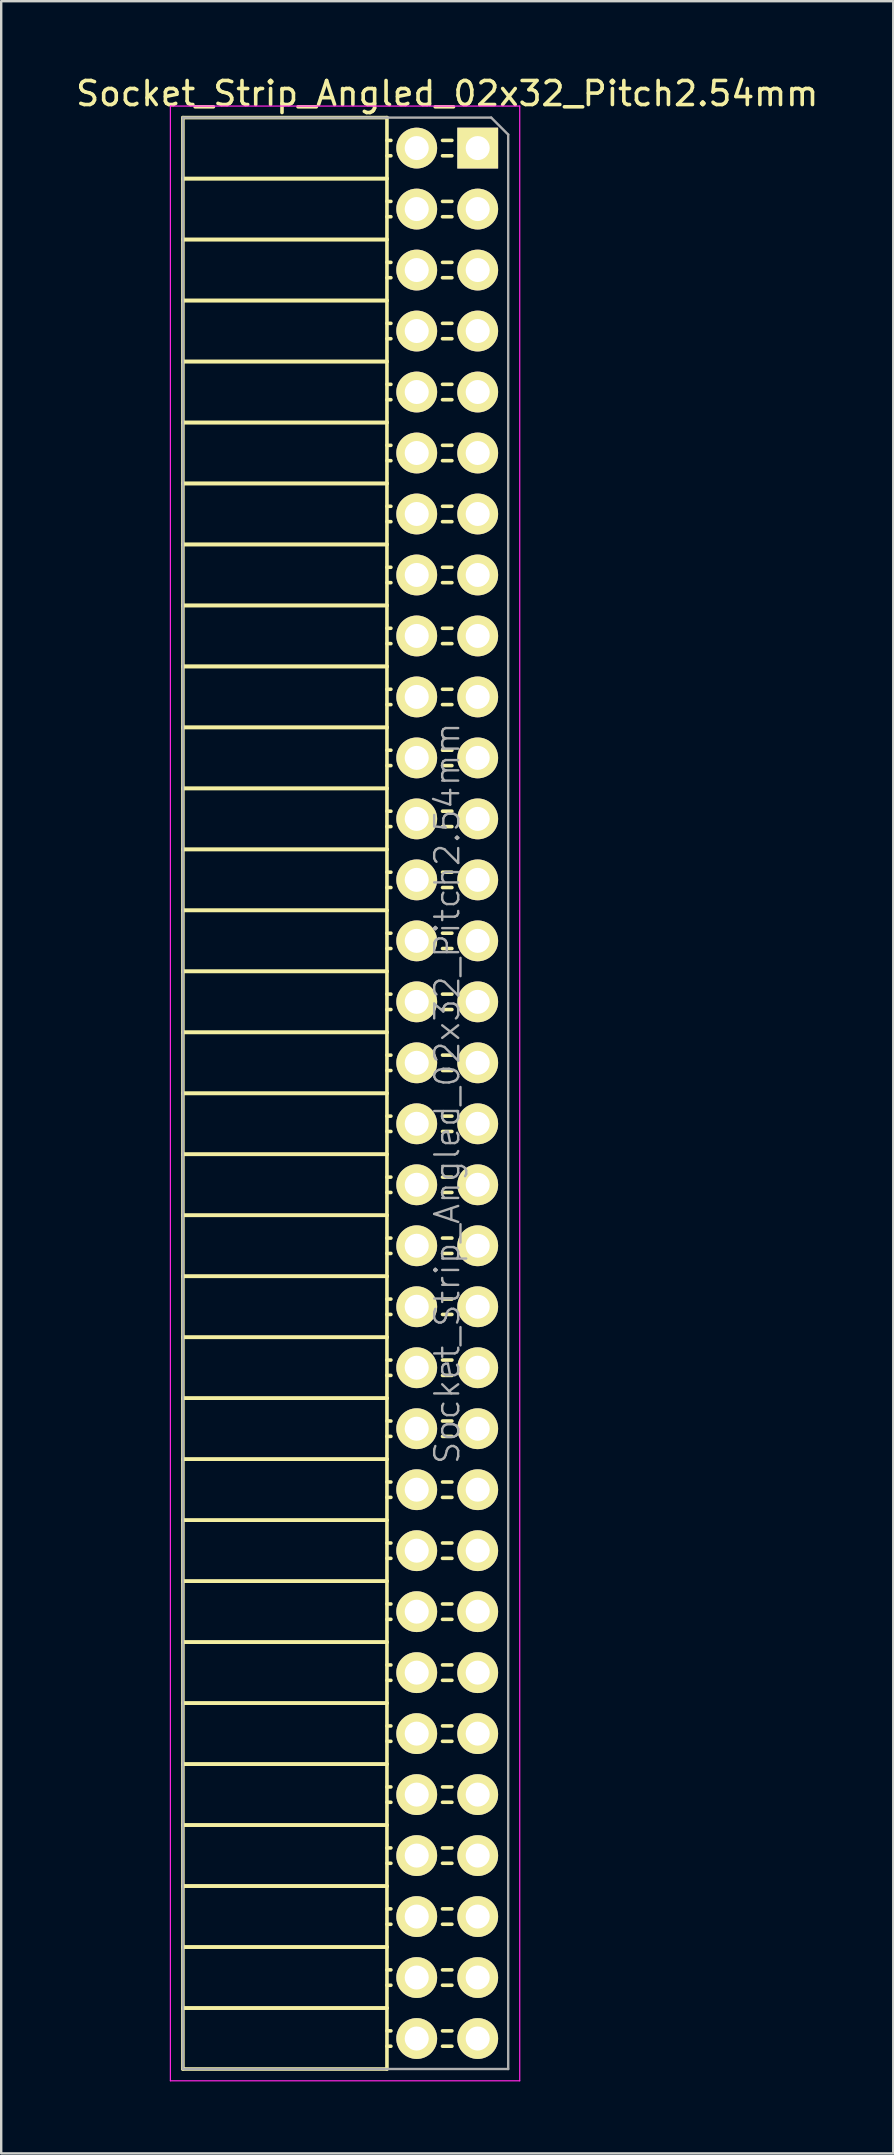
<source format=kicad_pcb>
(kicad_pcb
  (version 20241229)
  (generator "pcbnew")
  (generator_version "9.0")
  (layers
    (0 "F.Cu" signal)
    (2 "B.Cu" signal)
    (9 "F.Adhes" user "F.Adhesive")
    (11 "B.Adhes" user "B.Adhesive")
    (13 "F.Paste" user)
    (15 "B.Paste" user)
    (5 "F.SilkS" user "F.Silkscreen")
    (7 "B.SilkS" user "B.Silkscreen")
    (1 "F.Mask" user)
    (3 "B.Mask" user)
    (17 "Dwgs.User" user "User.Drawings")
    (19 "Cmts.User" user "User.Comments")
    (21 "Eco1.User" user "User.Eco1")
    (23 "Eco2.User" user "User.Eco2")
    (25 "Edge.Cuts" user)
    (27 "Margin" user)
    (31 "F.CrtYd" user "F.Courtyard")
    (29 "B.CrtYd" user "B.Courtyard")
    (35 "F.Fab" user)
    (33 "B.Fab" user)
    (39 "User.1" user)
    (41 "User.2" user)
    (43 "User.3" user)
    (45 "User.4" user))
  (footprint "Socket_Strip_Angled_02x32_Pitch2.54mm"
    (layer "F.Cu")
    (at 16.847 3.118)
    (property "Reference" "Socket_Strip_Angled_02x32_Pitch2.54mm" (at -1.27 -2.27 0) (layer "F.SilkS") (effects (font (size 1 1) (thickness 0.15))))
    (attr smd)
    (fp_line (start -12.28 -1.27) (end -12.28 1.27) (stroke (width 0.15) (type solid)) (layer "F.SilkS"))
    (fp_line (start -12.28 -1.27) (end -3.78 -1.27) (stroke (width 0.15) (type solid)) (layer "F.SilkS"))
    (fp_line (start -12.28 1.27) (end -12.28 3.81) (stroke (width 0.15) (type solid)) (layer "F.SilkS"))
    (fp_line (start -12.28 1.27) (end -3.78 1.27) (stroke (width 0.15) (type solid)) (layer "F.SilkS"))
    (fp_line (start -12.28 1.27) (end -3.78 1.27) (stroke (width 0.15) (type solid)) (layer "F.SilkS"))
    (fp_line (start -12.28 3.81) (end -12.28 6.35) (stroke (width 0.15) (type solid)) (layer "F.SilkS"))
    (fp_line (start -12.28 3.81) (end -3.78 3.81) (stroke (width 0.15) (type solid)) (layer "F.SilkS"))
    (fp_line (start -12.28 3.81) (end -3.78 3.81) (stroke (width 0.15) (type solid)) (layer "F.SilkS"))
    (fp_line (start -12.28 6.35) (end -12.28 8.89) (stroke (width 0.15) (type solid)) (layer "F.SilkS"))
    (fp_line (start -12.28 6.35) (end -3.78 6.35) (stroke (width 0.15) (type solid)) (layer "F.SilkS"))
    (fp_line (start -12.28 6.35) (end -3.78 6.35) (stroke (width 0.15) (type solid)) (layer "F.SilkS"))
    (fp_line (start -12.28 8.89) (end -12.28 11.43) (stroke (width 0.15) (type solid)) (layer "F.SilkS"))
    (fp_line (start -12.28 8.89) (end -3.78 8.89) (stroke (width 0.15) (type solid)) (layer "F.SilkS"))
    (fp_line (start -12.28 8.89) (end -3.78 8.89) (stroke (width 0.15) (type solid)) (layer "F.SilkS"))
    (fp_line (start -12.28 11.43) (end -12.28 13.97) (stroke (width 0.15) (type solid)) (layer "F.SilkS"))
    (fp_line (start -12.28 11.43) (end -3.78 11.43) (stroke (width 0.15) (type solid)) (layer "F.SilkS"))
    (fp_line (start -12.28 11.43) (end -3.78 11.43) (stroke (width 0.15) (type solid)) (layer "F.SilkS"))
    (fp_line (start -12.28 13.97) (end -12.28 16.51) (stroke (width 0.15) (type solid)) (layer "F.SilkS"))
    (fp_line (start -12.28 13.97) (end -3.78 13.97) (stroke (width 0.15) (type solid)) (layer "F.SilkS"))
    (fp_line (start -12.28 13.97) (end -3.78 13.97) (stroke (width 0.15) (type solid)) (layer "F.SilkS"))
    (fp_line (start -12.28 16.51) (end -12.28 19.05) (stroke (width 0.15) (type solid)) (layer "F.SilkS"))
    (fp_line (start -12.28 16.51) (end -3.78 16.51) (stroke (width 0.15) (type solid)) (layer "F.SilkS"))
    (fp_line (start -12.28 16.51) (end -3.78 16.51) (stroke (width 0.15) (type solid)) (layer "F.SilkS"))
    (fp_line (start -12.28 19.05) (end -12.28 21.59) (stroke (width 0.15) (type solid)) (layer "F.SilkS"))
    (fp_line (start -12.28 19.05) (end -3.78 19.05) (stroke (width 0.15) (type solid)) (layer "F.SilkS"))
    (fp_line (start -12.28 19.05) (end -3.78 19.05) (stroke (width 0.15) (type solid)) (layer "F.SilkS"))
    (fp_line (start -12.28 21.59) (end -12.28 24.13) (stroke (width 0.15) (type solid)) (layer "F.SilkS"))
    (fp_line (start -12.28 21.59) (end -3.78 21.59) (stroke (width 0.15) (type solid)) (layer "F.SilkS"))
    (fp_line (start -12.28 21.59) (end -3.78 21.59) (stroke (width 0.15) (type solid)) (layer "F.SilkS"))
    (fp_line (start -12.28 24.13) (end -12.28 26.67) (stroke (width 0.15) (type solid)) (layer "F.SilkS"))
    (fp_line (start -12.28 24.13) (end -3.78 24.13) (stroke (width 0.15) (type solid)) (layer "F.SilkS"))
    (fp_line (start -12.28 24.13) (end -3.78 24.13) (stroke (width 0.15) (type solid)) (layer "F.SilkS"))
    (fp_line (start -12.28 26.67) (end -12.28 29.21) (stroke (width 0.15) (type solid)) (layer "F.SilkS"))
    (fp_line (start -12.28 26.67) (end -3.78 26.67) (stroke (width 0.15) (type solid)) (layer "F.SilkS"))
    (fp_line (start -12.28 26.67) (end -3.78 26.67) (stroke (width 0.15) (type solid)) (layer "F.SilkS"))
    (fp_line (start -12.28 29.21) (end -12.28 31.75) (stroke (width 0.15) (type solid)) (layer "F.SilkS"))
    (fp_line (start -12.28 29.21) (end -3.78 29.21) (stroke (width 0.15) (type solid)) (layer "F.SilkS"))
    (fp_line (start -12.28 29.21) (end -3.78 29.21) (stroke (width 0.15) (type solid)) (layer "F.SilkS"))
    (fp_line (start -12.28 31.75) (end -12.28 34.29) (stroke (width 0.15) (type solid)) (layer "F.SilkS"))
    (fp_line (start -12.28 31.75) (end -3.78 31.75) (stroke (width 0.15) (type solid)) (layer "F.SilkS"))
    (fp_line (start -12.28 31.75) (end -3.78 31.75) (stroke (width 0.15) (type solid)) (layer "F.SilkS"))
    (fp_line (start -12.28 34.29) (end -12.28 36.83) (stroke (width 0.15) (type solid)) (layer "F.SilkS"))
    (fp_line (start -12.28 34.29) (end -3.78 34.29) (stroke (width 0.15) (type solid)) (layer "F.SilkS"))
    (fp_line (start -12.28 34.29) (end -3.78 34.29) (stroke (width 0.15) (type solid)) (layer "F.SilkS"))
    (fp_line (start -12.28 36.83) (end -12.28 39.37) (stroke (width 0.15) (type solid)) (layer "F.SilkS"))
    (fp_line (start -12.28 36.83) (end -3.78 36.83) (stroke (width 0.15) (type solid)) (layer "F.SilkS"))
    (fp_line (start -12.28 36.83) (end -3.78 36.83) (stroke (width 0.15) (type solid)) (layer "F.SilkS"))
    (fp_line (start -12.28 39.37) (end -12.28 41.91) (stroke (width 0.15) (type solid)) (layer "F.SilkS"))
    (fp_line (start -12.28 39.37) (end -3.78 39.37) (stroke (width 0.15) (type solid)) (layer "F.SilkS"))
    (fp_line (start -12.28 39.37) (end -3.78 39.37) (stroke (width 0.15) (type solid)) (layer "F.SilkS"))
    (fp_line (start -12.28 41.91) (end -12.28 44.45) (stroke (width 0.15) (type solid)) (layer "F.SilkS"))
    (fp_line (start -12.28 41.91) (end -3.78 41.91) (stroke (width 0.15) (type solid)) (layer "F.SilkS"))
    (fp_line (start -12.28 41.91) (end -3.78 41.91) (stroke (width 0.15) (type solid)) (layer "F.SilkS"))
    (fp_line (start -12.28 44.45) (end -12.28 46.99) (stroke (width 0.15) (type solid)) (layer "F.SilkS"))
    (fp_line (start -12.28 44.45) (end -3.78 44.45) (stroke (width 0.15) (type solid)) (layer "F.SilkS"))
    (fp_line (start -12.28 44.45) (end -3.78 44.45) (stroke (width 0.15) (type solid)) (layer "F.SilkS"))
    (fp_line (start -12.28 46.99) (end -12.28 49.53) (stroke (width 0.15) (type solid)) (layer "F.SilkS"))
    (fp_line (start -12.28 46.99) (end -3.78 46.99) (stroke (width 0.15) (type solid)) (layer "F.SilkS"))
    (fp_line (start -12.28 46.99) (end -3.78 46.99) (stroke (width 0.15) (type solid)) (layer "F.SilkS"))
    (fp_line (start -12.28 49.53) (end -12.28 52.07) (stroke (width 0.15) (type solid)) (layer "F.SilkS"))
    (fp_line (start -12.28 49.53) (end -3.78 49.53) (stroke (width 0.15) (type solid)) (layer "F.SilkS"))
    (fp_line (start -12.28 49.53) (end -3.78 49.53) (stroke (width 0.15) (type solid)) (layer "F.SilkS"))
    (fp_line (start -12.28 52.07) (end -12.28 54.61) (stroke (width 0.15) (type solid)) (layer "F.SilkS"))
    (fp_line (start -12.28 52.07) (end -3.78 52.07) (stroke (width 0.15) (type solid)) (layer "F.SilkS"))
    (fp_line (start -12.28 52.07) (end -3.78 52.07) (stroke (width 0.15) (type solid)) (layer "F.SilkS"))
    (fp_line (start -12.28 54.61) (end -12.28 57.15) (stroke (width 0.15) (type solid)) (layer "F.SilkS"))
    (fp_line (start -12.28 54.61) (end -3.78 54.61) (stroke (width 0.15) (type solid)) (layer "F.SilkS"))
    (fp_line (start -12.28 54.61) (end -3.78 54.61) (stroke (width 0.15) (type solid)) (layer "F.SilkS"))
    (fp_line (start -12.28 57.15) (end -12.28 59.69) (stroke (width 0.15) (type solid)) (layer "F.SilkS"))
    (fp_line (start -12.28 57.15) (end -3.78 57.15) (stroke (width 0.15) (type solid)) (layer "F.SilkS"))
    (fp_line (start -12.28 57.15) (end -3.78 57.15) (stroke (width 0.15) (type solid)) (layer "F.SilkS"))
    (fp_line (start -12.28 59.69) (end -12.28 62.23) (stroke (width 0.15) (type solid)) (layer "F.SilkS"))
    (fp_line (start -12.28 59.69) (end -3.78 59.69) (stroke (width 0.15) (type solid)) (layer "F.SilkS"))
    (fp_line (start -12.28 59.69) (end -3.78 59.69) (stroke (width 0.15) (type solid)) (layer "F.SilkS"))
    (fp_line (start -12.28 62.23) (end -12.28 64.77) (stroke (width 0.15) (type solid)) (layer "F.SilkS"))
    (fp_line (start -12.28 62.23) (end -3.78 62.23) (stroke (width 0.15) (type solid)) (layer "F.SilkS"))
    (fp_line (start -12.28 62.23) (end -3.78 62.23) (stroke (width 0.15) (type solid)) (layer "F.SilkS"))
    (fp_line (start -12.28 64.77) (end -12.28 67.31) (stroke (width 0.15) (type solid)) (layer "F.SilkS"))
    (fp_line (start -12.28 64.77) (end -3.78 64.77) (stroke (width 0.15) (type solid)) (layer "F.SilkS"))
    (fp_line (start -12.28 64.77) (end -3.78 64.77) (stroke (width 0.15) (type solid)) (layer "F.SilkS"))
    (fp_line (start -12.28 67.31) (end -12.28 69.85) (stroke (width 0.15) (type solid)) (layer "F.SilkS"))
    (fp_line (start -12.28 67.31) (end -3.78 67.31) (stroke (width 0.15) (type solid)) (layer "F.SilkS"))
    (fp_line (start -12.28 67.31) (end -3.78 67.31) (stroke (width 0.15) (type solid)) (layer "F.SilkS"))
    (fp_line (start -12.28 69.85) (end -12.28 72.39) (stroke (width 0.15) (type solid)) (layer "F.SilkS"))
    (fp_line (start -12.28 69.85) (end -3.78 69.85) (stroke (width 0.15) (type solid)) (layer "F.SilkS"))
    (fp_line (start -12.28 69.85) (end -3.78 69.85) (stroke (width 0.15) (type solid)) (layer "F.SilkS"))
    (fp_line (start -12.28 72.39) (end -12.28 74.93) (stroke (width 0.15) (type solid)) (layer "F.SilkS"))
    (fp_line (start -12.28 72.39) (end -3.78 72.39) (stroke (width 0.15) (type solid)) (layer "F.SilkS"))
    (fp_line (start -12.28 72.39) (end -3.78 72.39) (stroke (width 0.15) (type solid)) (layer "F.SilkS"))
    (fp_line (start -12.28 74.93) (end -12.28 77.47) (stroke (width 0.15) (type solid)) (layer "F.SilkS"))
    (fp_line (start -12.28 74.93) (end -3.78 74.93) (stroke (width 0.15) (type solid)) (layer "F.SilkS"))
    (fp_line (start -12.28 74.93) (end -3.78 74.93) (stroke (width 0.15) (type solid)) (layer "F.SilkS"))
    (fp_line (start -12.28 77.47) (end -12.28 80.01) (stroke (width 0.15) (type solid)) (layer "F.SilkS"))
    (fp_line (start -12.28 77.47) (end -3.78 77.47) (stroke (width 0.15) (type solid)) (layer "F.SilkS"))
    (fp_line (start -12.28 77.47) (end -3.78 77.47) (stroke (width 0.15) (type solid)) (layer "F.SilkS"))
    (fp_line (start -12.28 80.01) (end -3.78 80.01) (stroke (width 0.15) (type solid)) (layer "F.SilkS"))
    (fp_line (start -3.78 -1.27) (end -3.78 1.27) (stroke (width 0.15) (type solid)) (layer "F.SilkS"))
    (fp_line (start -3.78 -0.32) (end -3.615 -0.32) (stroke (width 0.15) (type solid)) (layer "F.SilkS"))
    (fp_line (start -3.78 0.32) (end -3.615 0.32) (stroke (width 0.15) (type solid)) (layer "F.SilkS"))
    (fp_line (start -3.78 1.27) (end -3.78 3.81) (stroke (width 0.15) (type solid)) (layer "F.SilkS"))
    (fp_line (start -3.78 2.22) (end -3.615 2.22) (stroke (width 0.15) (type solid)) (layer "F.SilkS"))
    (fp_line (start -3.78 2.86) (end -3.615 2.86) (stroke (width 0.15) (type solid)) (layer "F.SilkS"))
    (fp_line (start -3.78 3.81) (end -3.78 6.35) (stroke (width 0.15) (type solid)) (layer "F.SilkS"))
    (fp_line (start -3.78 4.76) (end -3.615 4.76) (stroke (width 0.15) (type solid)) (layer "F.SilkS"))
    (fp_line (start -3.78 5.4) (end -3.615 5.4) (stroke (width 0.15) (type solid)) (layer "F.SilkS"))
    (fp_line (start -3.78 6.35) (end -3.78 8.89) (stroke (width 0.15) (type solid)) (layer "F.SilkS"))
    (fp_line (start -3.78 7.3) (end -3.615 7.3) (stroke (width 0.15) (type solid)) (layer "F.SilkS"))
    (fp_line (start -3.78 7.94) (end -3.615 7.94) (stroke (width 0.15) (type solid)) (layer "F.SilkS"))
    (fp_line (start -3.78 8.89) (end -3.78 11.43) (stroke (width 0.15) (type solid)) (layer "F.SilkS"))
    (fp_line (start -3.78 9.84) (end -3.615 9.84) (stroke (width 0.15) (type solid)) (layer "F.SilkS"))
    (fp_line (start -3.78 10.48) (end -3.615 10.48) (stroke (width 0.15) (type solid)) (layer "F.SilkS"))
    (fp_line (start -3.78 11.43) (end -3.78 13.97) (stroke (width 0.15) (type solid)) (layer "F.SilkS"))
    (fp_line (start -3.78 12.38) (end -3.615 12.38) (stroke (width 0.15) (type solid)) (layer "F.SilkS"))
    (fp_line (start -3.78 13.02) (end -3.615 13.02) (stroke (width 0.15) (type solid)) (layer "F.SilkS"))
    (fp_line (start -3.78 13.97) (end -3.78 16.51) (stroke (width 0.15) (type solid)) (layer "F.SilkS"))
    (fp_line (start -3.78 14.92) (end -3.615 14.92) (stroke (width 0.15) (type solid)) (layer "F.SilkS"))
    (fp_line (start -3.78 15.56) (end -3.615 15.56) (stroke (width 0.15) (type solid)) (layer "F.SilkS"))
    (fp_line (start -3.78 16.51) (end -3.78 19.05) (stroke (width 0.15) (type solid)) (layer "F.SilkS"))
    (fp_line (start -3.78 17.46) (end -3.615 17.46) (stroke (width 0.15) (type solid)) (layer "F.SilkS"))
    (fp_line (start -3.78 18.1) (end -3.615 18.1) (stroke (width 0.15) (type solid)) (layer "F.SilkS"))
    (fp_line (start -3.78 19.05) (end -3.78 21.59) (stroke (width 0.15) (type solid)) (layer "F.SilkS"))
    (fp_line (start -3.78 20) (end -3.615 20) (stroke (width 0.15) (type solid)) (layer "F.SilkS"))
    (fp_line (start -3.78 20.64) (end -3.615 20.64) (stroke (width 0.15) (type solid)) (layer "F.SilkS"))
    (fp_line (start -3.78 21.59) (end -3.78 24.13) (stroke (width 0.15) (type solid)) (layer "F.SilkS"))
    (fp_line (start -3.78 22.54) (end -3.615 22.54) (stroke (width 0.15) (type solid)) (layer "F.SilkS"))
    (fp_line (start -3.78 23.18) (end -3.615 23.18) (stroke (width 0.15) (type solid)) (layer "F.SilkS"))
    (fp_line (start -3.78 24.13) (end -3.78 26.67) (stroke (width 0.15) (type solid)) (layer "F.SilkS"))
    (fp_line (start -3.78 25.08) (end -3.615 25.08) (stroke (width 0.15) (type solid)) (layer "F.SilkS"))
    (fp_line (start -3.78 25.72) (end -3.615 25.72) (stroke (width 0.15) (type solid)) (layer "F.SilkS"))
    (fp_line (start -3.78 26.67) (end -3.78 29.21) (stroke (width 0.15) (type solid)) (layer "F.SilkS"))
    (fp_line (start -3.78 27.62) (end -3.615 27.62) (stroke (width 0.15) (type solid)) (layer "F.SilkS"))
    (fp_line (start -3.78 28.26) (end -3.615 28.26) (stroke (width 0.15) (type solid)) (layer "F.SilkS"))
    (fp_line (start -3.78 29.21) (end -3.78 31.75) (stroke (width 0.15) (type solid)) (layer "F.SilkS"))
    (fp_line (start -3.78 30.16) (end -3.615 30.16) (stroke (width 0.15) (type solid)) (layer "F.SilkS"))
    (fp_line (start -3.78 30.8) (end -3.615 30.8) (stroke (width 0.15) (type solid)) (layer "F.SilkS"))
    (fp_line (start -3.78 31.75) (end -3.78 34.29) (stroke (width 0.15) (type solid)) (layer "F.SilkS"))
    (fp_line (start -3.78 32.7) (end -3.615 32.7) (stroke (width 0.15) (type solid)) (layer "F.SilkS"))
    (fp_line (start -3.78 33.34) (end -3.615 33.34) (stroke (width 0.15) (type solid)) (layer "F.SilkS"))
    (fp_line (start -3.78 34.29) (end -3.78 36.83) (stroke (width 0.15) (type solid)) (layer "F.SilkS"))
    (fp_line (start -3.78 35.24) (end -3.615 35.24) (stroke (width 0.15) (type solid)) (layer "F.SilkS"))
    (fp_line (start -3.78 35.88) (end -3.615 35.88) (stroke (width 0.15) (type solid)) (layer "F.SilkS"))
    (fp_line (start -3.78 36.83) (end -3.78 39.37) (stroke (width 0.15) (type solid)) (layer "F.SilkS"))
    (fp_line (start -3.78 37.78) (end -3.615 37.78) (stroke (width 0.15) (type solid)) (layer "F.SilkS"))
    (fp_line (start -3.78 38.42) (end -3.615 38.42) (stroke (width 0.15) (type solid)) (layer "F.SilkS"))
    (fp_line (start -3.78 39.37) (end -3.78 41.91) (stroke (width 0.15) (type solid)) (layer "F.SilkS"))
    (fp_line (start -3.78 40.32) (end -3.615 40.32) (stroke (width 0.15) (type solid)) (layer "F.SilkS"))
    (fp_line (start -3.78 40.96) (end -3.615 40.96) (stroke (width 0.15) (type solid)) (layer "F.SilkS"))
    (fp_line (start -3.78 41.91) (end -3.78 44.45) (stroke (width 0.15) (type solid)) (layer "F.SilkS"))
    (fp_line (start -3.78 42.86) (end -3.615 42.86) (stroke (width 0.15) (type solid)) (layer "F.SilkS"))
    (fp_line (start -3.78 43.5) (end -3.615 43.5) (stroke (width 0.15) (type solid)) (layer "F.SilkS"))
    (fp_line (start -3.78 44.45) (end -3.78 46.99) (stroke (width 0.15) (type solid)) (layer "F.SilkS"))
    (fp_line (start -3.78 45.4) (end -3.615 45.4) (stroke (width 0.15) (type solid)) (layer "F.SilkS"))
    (fp_line (start -3.78 46.04) (end -3.615 46.04) (stroke (width 0.15) (type solid)) (layer "F.SilkS"))
    (fp_line (start -3.78 46.99) (end -3.78 49.53) (stroke (width 0.15) (type solid)) (layer "F.SilkS"))
    (fp_line (start -3.78 47.94) (end -3.615 47.94) (stroke (width 0.15) (type solid)) (layer "F.SilkS"))
    (fp_line (start -3.78 48.58) (end -3.615 48.58) (stroke (width 0.15) (type solid)) (layer "F.SilkS"))
    (fp_line (start -3.78 49.53) (end -3.78 52.07) (stroke (width 0.15) (type solid)) (layer "F.SilkS"))
    (fp_line (start -3.78 50.48) (end -3.615 50.48) (stroke (width 0.15) (type solid)) (layer "F.SilkS"))
    (fp_line (start -3.78 51.12) (end -3.615 51.12) (stroke (width 0.15) (type solid)) (layer "F.SilkS"))
    (fp_line (start -3.78 52.07) (end -3.78 54.61) (stroke (width 0.15) (type solid)) (layer "F.SilkS"))
    (fp_line (start -3.78 53.02) (end -3.615 53.02) (stroke (width 0.15) (type solid)) (layer "F.SilkS"))
    (fp_line (start -3.78 53.66) (end -3.615 53.66) (stroke (width 0.15) (type solid)) (layer "F.SilkS"))
    (fp_line (start -3.78 54.61) (end -3.78 57.15) (stroke (width 0.15) (type solid)) (layer "F.SilkS"))
    (fp_line (start -3.78 55.56) (end -3.615 55.56) (stroke (width 0.15) (type solid)) (layer "F.SilkS"))
    (fp_line (start -3.78 56.2) (end -3.615 56.2) (stroke (width 0.15) (type solid)) (layer "F.SilkS"))
    (fp_line (start -3.78 57.15) (end -3.78 59.69) (stroke (width 0.15) (type solid)) (layer "F.SilkS"))
    (fp_line (start -3.78 58.1) (end -3.615 58.1) (stroke (width 0.15) (type solid)) (layer "F.SilkS"))
    (fp_line (start -3.78 58.74) (end -3.615 58.74) (stroke (width 0.15) (type solid)) (layer "F.SilkS"))
    (fp_line (start -3.78 59.69) (end -3.78 62.23) (stroke (width 0.15) (type solid)) (layer "F.SilkS"))
    (fp_line (start -3.78 60.64) (end -3.615 60.64) (stroke (width 0.15) (type solid)) (layer "F.SilkS"))
    (fp_line (start -3.78 61.28) (end -3.615 61.28) (stroke (width 0.15) (type solid)) (layer "F.SilkS"))
    (fp_line (start -3.78 62.23) (end -3.78 64.77) (stroke (width 0.15) (type solid)) (layer "F.SilkS"))
    (fp_line (start -3.78 63.18) (end -3.615 63.18) (stroke (width 0.15) (type solid)) (layer "F.SilkS"))
    (fp_line (start -3.78 63.82) (end -3.615 63.82) (stroke (width 0.15) (type solid)) (layer "F.SilkS"))
    (fp_line (start -3.78 64.77) (end -3.78 67.31) (stroke (width 0.15) (type solid)) (layer "F.SilkS"))
    (fp_line (start -3.78 65.72) (end -3.615 65.72) (stroke (width 0.15) (type solid)) (layer "F.SilkS"))
    (fp_line (start -3.78 66.36) (end -3.615 66.36) (stroke (width 0.15) (type solid)) (layer "F.SilkS"))
    (fp_line (start -3.78 67.31) (end -3.78 69.85) (stroke (width 0.15) (type solid)) (layer "F.SilkS"))
    (fp_line (start -3.78 68.26) (end -3.615 68.26) (stroke (width 0.15) (type solid)) (layer "F.SilkS"))
    (fp_line (start -3.78 68.9) (end -3.615 68.9) (stroke (width 0.15) (type solid)) (layer "F.SilkS"))
    (fp_line (start -3.78 69.85) (end -3.78 72.39) (stroke (width 0.15) (type solid)) (layer "F.SilkS"))
    (fp_line (start -3.78 70.8) (end -3.615 70.8) (stroke (width 0.15) (type solid)) (layer "F.SilkS"))
    (fp_line (start -3.78 71.44) (end -3.615 71.44) (stroke (width 0.15) (type solid)) (layer "F.SilkS"))
    (fp_line (start -3.78 72.39) (end -3.78 74.93) (stroke (width 0.15) (type solid)) (layer "F.SilkS"))
    (fp_line (start -3.78 73.34) (end -3.615 73.34) (stroke (width 0.15) (type solid)) (layer "F.SilkS"))
    (fp_line (start -3.78 73.98) (end -3.615 73.98) (stroke (width 0.15) (type solid)) (layer "F.SilkS"))
    (fp_line (start -3.78 74.93) (end -3.78 77.47) (stroke (width 0.15) (type solid)) (layer "F.SilkS"))
    (fp_line (start -3.78 75.88) (end -3.615 75.88) (stroke (width 0.15) (type solid)) (layer "F.SilkS"))
    (fp_line (start -3.78 76.52) (end -3.615 76.52) (stroke (width 0.15) (type solid)) (layer "F.SilkS"))
    (fp_line (start -3.78 77.47) (end -3.78 80.01) (stroke (width 0.15) (type solid)) (layer "F.SilkS"))
    (fp_line (start -3.78 78.42) (end -3.615 78.42) (stroke (width 0.15) (type solid)) (layer "F.SilkS"))
    (fp_line (start -3.78 79.06) (end -3.615 79.06) (stroke (width 0.15) (type solid)) (layer "F.SilkS"))
    (fp_line (start -1.075 -0.32) (end -1.465 -0.32) (stroke (width 0.15) (type solid)) (layer "F.SilkS"))
    (fp_line (start -1.075 0.32) (end -1.465 0.32) (stroke (width 0.15) (type solid)) (layer "F.SilkS"))
    (fp_line (start -1.075 2.22) (end -1.465 2.22) (stroke (width 0.15) (type solid)) (layer "F.SilkS"))
    (fp_line (start -1.075 2.86) (end -1.465 2.86) (stroke (width 0.15) (type solid)) (layer "F.SilkS"))
    (fp_line (start -1.075 4.76) (end -1.465 4.76) (stroke (width 0.15) (type solid)) (layer "F.SilkS"))
    (fp_line (start -1.075 5.4) (end -1.465 5.4) (stroke (width 0.15) (type solid)) (layer "F.SilkS"))
    (fp_line (start -1.075 7.3) (end -1.465 7.3) (stroke (width 0.15) (type solid)) (layer "F.SilkS"))
    (fp_line (start -1.075 7.94) (end -1.465 7.94) (stroke (width 0.15) (type solid)) (layer "F.SilkS"))
    (fp_line (start -1.075 9.84) (end -1.465 9.84) (stroke (width 0.15) (type solid)) (layer "F.SilkS"))
    (fp_line (start -1.075 10.48) (end -1.465 10.48) (stroke (width 0.15) (type solid)) (layer "F.SilkS"))
    (fp_line (start -1.075 12.38) (end -1.465 12.38) (stroke (width 0.15) (type solid)) (layer "F.SilkS"))
    (fp_line (start -1.075 13.02) (end -1.465 13.02) (stroke (width 0.15) (type solid)) (layer "F.SilkS"))
    (fp_line (start -1.075 14.92) (end -1.465 14.92) (stroke (width 0.15) (type solid)) (layer "F.SilkS"))
    (fp_line (start -1.075 15.56) (end -1.465 15.56) (stroke (width 0.15) (type solid)) (layer "F.SilkS"))
    (fp_line (start -1.075 17.46) (end -1.465 17.46) (stroke (width 0.15) (type solid)) (layer "F.SilkS"))
    (fp_line (start -1.075 18.1) (end -1.465 18.1) (stroke (width 0.15) (type solid)) (layer "F.SilkS"))
    (fp_line (start -1.075 20) (end -1.465 20) (stroke (width 0.15) (type solid)) (layer "F.SilkS"))
    (fp_line (start -1.075 20.64) (end -1.465 20.64) (stroke (width 0.15) (type solid)) (layer "F.SilkS"))
    (fp_line (start -1.075 22.54) (end -1.465 22.54) (stroke (width 0.15) (type solid)) (layer "F.SilkS"))
    (fp_line (start -1.075 23.18) (end -1.465 23.18) (stroke (width 0.15) (type solid)) (layer "F.SilkS"))
    (fp_line (start -1.075 25.08) (end -1.465 25.08) (stroke (width 0.15) (type solid)) (layer "F.SilkS"))
    (fp_line (start -1.075 25.72) (end -1.465 25.72) (stroke (width 0.15) (type solid)) (layer "F.SilkS"))
    (fp_line (start -1.075 27.62) (end -1.465 27.62) (stroke (width 0.15) (type solid)) (layer "F.SilkS"))
    (fp_line (start -1.075 28.26) (end -1.465 28.26) (stroke (width 0.15) (type solid)) (layer "F.SilkS"))
    (fp_line (start -1.075 30.16) (end -1.465 30.16) (stroke (width 0.15) (type solid)) (layer "F.SilkS"))
    (fp_line (start -1.075 30.8) (end -1.465 30.8) (stroke (width 0.15) (type solid)) (layer "F.SilkS"))
    (fp_line (start -1.075 32.7) (end -1.465 32.7) (stroke (width 0.15) (type solid)) (layer "F.SilkS"))
    (fp_line (start -1.075 33.34) (end -1.465 33.34) (stroke (width 0.15) (type solid)) (layer "F.SilkS"))
    (fp_line (start -1.075 35.24) (end -1.465 35.24) (stroke (width 0.15) (type solid)) (layer "F.SilkS"))
    (fp_line (start -1.075 35.88) (end -1.465 35.88) (stroke (width 0.15) (type solid)) (layer "F.SilkS"))
    (fp_line (start -1.075 37.78) (end -1.465 37.78) (stroke (width 0.15) (type solid)) (layer "F.SilkS"))
    (fp_line (start -1.075 38.42) (end -1.465 38.42) (stroke (width 0.15) (type solid)) (layer "F.SilkS"))
    (fp_line (start -1.075 40.32) (end -1.465 40.32) (stroke (width 0.15) (type solid)) (layer "F.SilkS"))
    (fp_line (start -1.075 40.96) (end -1.465 40.96) (stroke (width 0.15) (type solid)) (layer "F.SilkS"))
    (fp_line (start -1.075 42.86) (end -1.465 42.86) (stroke (width 0.15) (type solid)) (layer "F.SilkS"))
    (fp_line (start -1.075 43.5) (end -1.465 43.5) (stroke (width 0.15) (type solid)) (layer "F.SilkS"))
    (fp_line (start -1.075 45.4) (end -1.465 45.4) (stroke (width 0.15) (type solid)) (layer "F.SilkS"))
    (fp_line (start -1.075 46.04) (end -1.465 46.04) (stroke (width 0.15) (type solid)) (layer "F.SilkS"))
    (fp_line (start -1.075 47.94) (end -1.465 47.94) (stroke (width 0.15) (type solid)) (layer "F.SilkS"))
    (fp_line (start -1.075 48.58) (end -1.465 48.58) (stroke (width 0.15) (type solid)) (layer "F.SilkS"))
    (fp_line (start -1.075 50.48) (end -1.465 50.48) (stroke (width 0.15) (type solid)) (layer "F.SilkS"))
    (fp_line (start -1.075 51.12) (end -1.465 51.12) (stroke (width 0.15) (type solid)) (layer "F.SilkS"))
    (fp_line (start -1.075 53.02) (end -1.465 53.02) (stroke (width 0.15) (type solid)) (layer "F.SilkS"))
    (fp_line (start -1.075 53.66) (end -1.465 53.66) (stroke (width 0.15) (type solid)) (layer "F.SilkS"))
    (fp_line (start -1.075 55.56) (end -1.465 55.56) (stroke (width 0.15) (type solid)) (layer "F.SilkS"))
    (fp_line (start -1.075 56.2) (end -1.465 56.2) (stroke (width 0.15) (type solid)) (layer "F.SilkS"))
    (fp_line (start -1.075 58.1) (end -1.465 58.1) (stroke (width 0.15) (type solid)) (layer "F.SilkS"))
    (fp_line (start -1.075 58.74) (end -1.465 58.74) (stroke (width 0.15) (type solid)) (layer "F.SilkS"))
    (fp_line (start -1.075 60.64) (end -1.465 60.64) (stroke (width 0.15) (type solid)) (layer "F.SilkS"))
    (fp_line (start -1.075 61.28) (end -1.465 61.28) (stroke (width 0.15) (type solid)) (layer "F.SilkS"))
    (fp_line (start -1.075 63.18) (end -1.465 63.18) (stroke (width 0.15) (type solid)) (layer "F.SilkS"))
    (fp_line (start -1.075 63.82) (end -1.465 63.82) (stroke (width 0.15) (type solid)) (layer "F.SilkS"))
    (fp_line (start -1.075 65.72) (end -1.465 65.72) (stroke (width 0.15) (type solid)) (layer "F.SilkS"))
    (fp_line (start -1.075 66.36) (end -1.465 66.36) (stroke (width 0.15) (type solid)) (layer "F.SilkS"))
    (fp_line (start -1.075 68.26) (end -1.465 68.26) (stroke (width 0.15) (type solid)) (layer "F.SilkS"))
    (fp_line (start -1.075 68.9) (end -1.465 68.9) (stroke (width 0.15) (type solid)) (layer "F.SilkS"))
    (fp_line (start -1.075 70.8) (end -1.465 70.8) (stroke (width 0.15) (type solid)) (layer "F.SilkS"))
    (fp_line (start -1.075 71.44) (end -1.465 71.44) (stroke (width 0.15) (type solid)) (layer "F.SilkS"))
    (fp_line (start -1.075 73.34) (end -1.465 73.34) (stroke (width 0.15) (type solid)) (layer "F.SilkS"))
    (fp_line (start -1.075 73.98) (end -1.465 73.98) (stroke (width 0.15) (type solid)) (layer "F.SilkS"))
    (fp_line (start -1.075 75.88) (end -1.465 75.88) (stroke (width 0.15) (type solid)) (layer "F.SilkS"))
    (fp_line (start -1.075 76.52) (end -1.465 76.52) (stroke (width 0.15) (type solid)) (layer "F.SilkS"))
    (fp_line (start -1.075 78.42) (end -1.465 78.42) (stroke (width 0.15) (type solid)) (layer "F.SilkS"))
    (fp_line (start -1.075 79.06) (end -1.465 79.06) (stroke (width 0.15) (type solid)) (layer "F.SilkS"))
    (fp_line (start -12.8 -1.75) (end 1.75 -1.75) (stroke (width 0.05) (type solid)) (layer "F.CrtYd"))
    (fp_line (start -12.8 80.5) (end -12.8 -1.75) (stroke (width 0.05) (type solid)) (layer "F.CrtYd"))
    (fp_line (start -12.8 80.5) (end 1.75 80.5) (stroke (width 0.05) (type solid)) (layer "F.CrtYd"))
    (fp_line (start 1.75 80.5) (end 1.75 -1.75) (stroke (width 0.05) (type solid)) (layer "F.CrtYd"))
    (fp_line (start -12.28 -1.27) (end 0.563 -1.27) (stroke (width 0.1) (type solid)) (layer "F.Fab"))
    (fp_line (start -12.28 80.01) (end -12.28 -1.27) (stroke (width 0.1) (type solid)) (layer "F.Fab"))
    (fp_line (start -12.28 80.01) (end 1.27 80.01) (stroke (width 0.1) (type solid)) (layer "F.Fab"))
    (fp_line (start 1.27 -0.563) (end 0.563 -1.27) (stroke (width 0.1) (type solid)) (layer "F.Fab"))
    (fp_line (start 1.27 80.01) (end 1.27 -0.563) (stroke (width 0.1) (type solid)) (layer "F.Fab"))
    (fp_text user "${REFERENCE}" (at -1.27 39.37 90) (layer "F.Fab") (effects (font (size 1 1) (thickness 0.1))))
    (pad "1" thru_hole rect (at 0 0) (size 1.7 1.7) (drill 1) (layers "*.Cu" "*.Mask" "F.SilkS"))
    (pad "2" thru_hole oval (at -2.54 0) (size 1.7 1.7) (drill 1) (layers "*.Cu" "*.Mask" "F.SilkS"))
    (pad "3" thru_hole oval (at 0 2.54) (size 1.7 1.7) (drill 1) (layers "*.Cu" "*.Mask" "F.SilkS"))
    (pad "4" thru_hole oval (at -2.54 2.54) (size 1.7 1.7) (drill 1) (layers "*.Cu" "*.Mask" "F.SilkS"))
    (pad "5" thru_hole oval (at 0 5.08) (size 1.7 1.7) (drill 1) (layers "*.Cu" "*.Mask" "F.SilkS"))
    (pad "6" thru_hole oval (at -2.54 5.08) (size 1.7 1.7) (drill 1) (layers "*.Cu" "*.Mask" "F.SilkS"))
    (pad "7" thru_hole oval (at 0 7.62) (size 1.7 1.7) (drill 1) (layers "*.Cu" "*.Mask" "F.SilkS"))
    (pad "8" thru_hole oval (at -2.54 7.62) (size 1.7 1.7) (drill 1) (layers "*.Cu" "*.Mask" "F.SilkS"))
    (pad "9" thru_hole oval (at 0 10.16) (size 1.7 1.7) (drill 1) (layers "*.Cu" "*.Mask" "F.SilkS"))
    (pad "10" thru_hole oval (at -2.54 10.16) (size 1.7 1.7) (drill 1) (layers "*.Cu" "*.Mask" "F.SilkS"))
    (pad "11" thru_hole oval (at 0 12.7) (size 1.7 1.7) (drill 1) (layers "*.Cu" "*.Mask" "F.SilkS"))
    (pad "12" thru_hole oval (at -2.54 12.7) (size 1.7 1.7) (drill 1) (layers "*.Cu" "*.Mask" "F.SilkS"))
    (pad "13" thru_hole oval (at 0 15.24) (size 1.7 1.7) (drill 1) (layers "*.Cu" "*.Mask" "F.SilkS"))
    (pad "14" thru_hole oval (at -2.54 15.24) (size 1.7 1.7) (drill 1) (layers "*.Cu" "*.Mask" "F.SilkS"))
    (pad "15" thru_hole oval (at 0 17.78) (size 1.7 1.7) (drill 1) (layers "*.Cu" "*.Mask" "F.SilkS"))
    (pad "16" thru_hole oval (at -2.54 17.78) (size 1.7 1.7) (drill 1) (layers "*.Cu" "*.Mask" "F.SilkS"))
    (pad "17" thru_hole oval (at 0 20.32) (size 1.7 1.7) (drill 1) (layers "*.Cu" "*.Mask" "F.SilkS"))
    (pad "18" thru_hole oval (at -2.54 20.32) (size 1.7 1.7) (drill 1) (layers "*.Cu" "*.Mask" "F.SilkS"))
    (pad "19" thru_hole oval (at 0 22.86) (size 1.7 1.7) (drill 1) (layers "*.Cu" "*.Mask" "F.SilkS"))
    (pad "20" thru_hole oval (at -2.54 22.86) (size 1.7 1.7) (drill 1) (layers "*.Cu" "*.Mask" "F.SilkS"))
    (pad "21" thru_hole oval (at 0 25.4) (size 1.7 1.7) (drill 1) (layers "*.Cu" "*.Mask" "F.SilkS"))
    (pad "22" thru_hole oval (at -2.54 25.4) (size 1.7 1.7) (drill 1) (layers "*.Cu" "*.Mask" "F.SilkS"))
    (pad "23" thru_hole oval (at 0 27.94) (size 1.7 1.7) (drill 1) (layers "*.Cu" "*.Mask" "F.SilkS"))
    (pad "24" thru_hole oval (at -2.54 27.94) (size 1.7 1.7) (drill 1) (layers "*.Cu" "*.Mask" "F.SilkS"))
    (pad "25" thru_hole oval (at 0 30.48) (size 1.7 1.7) (drill 1) (layers "*.Cu" "*.Mask" "F.SilkS"))
    (pad "26" thru_hole oval (at -2.54 30.48) (size 1.7 1.7) (drill 1) (layers "*.Cu" "*.Mask" "F.SilkS"))
    (pad "27" thru_hole oval (at 0 33.02) (size 1.7 1.7) (drill 1) (layers "*.Cu" "*.Mask" "F.SilkS"))
    (pad "28" thru_hole oval (at -2.54 33.02) (size 1.7 1.7) (drill 1) (layers "*.Cu" "*.Mask" "F.SilkS"))
    (pad "29" thru_hole oval (at 0 35.56) (size 1.7 1.7) (drill 1) (layers "*.Cu" "*.Mask" "F.SilkS"))
    (pad "30" thru_hole oval (at -2.54 35.56) (size 1.7 1.7) (drill 1) (layers "*.Cu" "*.Mask" "F.SilkS"))
    (pad "31" thru_hole oval (at 0 38.1) (size 1.7 1.7) (drill 1) (layers "*.Cu" "*.Mask" "F.SilkS"))
    (pad "32" thru_hole oval (at -2.54 38.1) (size 1.7 1.7) (drill 1) (layers "*.Cu" "*.Mask" "F.SilkS"))
    (pad "33" thru_hole oval (at 0 40.64) (size 1.7 1.7) (drill 1) (layers "*.Cu" "*.Mask" "F.SilkS"))
    (pad "34" thru_hole oval (at -2.54 40.64) (size 1.7 1.7) (drill 1) (layers "*.Cu" "*.Mask" "F.SilkS"))
    (pad "35" thru_hole oval (at 0 43.18) (size 1.7 1.7) (drill 1) (layers "*.Cu" "*.Mask" "F.SilkS"))
    (pad "36" thru_hole oval (at -2.54 43.18) (size 1.7 1.7) (drill 1) (layers "*.Cu" "*.Mask" "F.SilkS"))
    (pad "37" thru_hole oval (at 0 45.72) (size 1.7 1.7) (drill 1) (layers "*.Cu" "*.Mask" "F.SilkS"))
    (pad "38" thru_hole oval (at -2.54 45.72) (size 1.7 1.7) (drill 1) (layers "*.Cu" "*.Mask" "F.SilkS"))
    (pad "39" thru_hole oval (at 0 48.26) (size 1.7 1.7) (drill 1) (layers "*.Cu" "*.Mask" "F.SilkS"))
    (pad "40" thru_hole oval (at -2.54 48.26) (size 1.7 1.7) (drill 1) (layers "*.Cu" "*.Mask" "F.SilkS"))
    (pad "41" thru_hole oval (at 0 50.8) (size 1.7 1.7) (drill 1) (layers "*.Cu" "*.Mask" "F.SilkS"))
    (pad "42" thru_hole oval (at -2.54 50.8) (size 1.7 1.7) (drill 1) (layers "*.Cu" "*.Mask" "F.SilkS"))
    (pad "43" thru_hole oval (at 0 53.34) (size 1.7 1.7) (drill 1) (layers "*.Cu" "*.Mask" "F.SilkS"))
    (pad "44" thru_hole oval (at -2.54 53.34) (size 1.7 1.7) (drill 1) (layers "*.Cu" "*.Mask" "F.SilkS"))
    (pad "45" thru_hole oval (at 0 55.88) (size 1.7 1.7) (drill 1) (layers "*.Cu" "*.Mask" "F.SilkS"))
    (pad "46" thru_hole oval (at -2.54 55.88) (size 1.7 1.7) (drill 1) (layers "*.Cu" "*.Mask" "F.SilkS"))
    (pad "47" thru_hole oval (at 0 58.42) (size 1.7 1.7) (drill 1) (layers "*.Cu" "*.Mask" "F.SilkS"))
    (pad "48" thru_hole oval (at -2.54 58.42) (size 1.7 1.7) (drill 1) (layers "*.Cu" "*.Mask" "F.SilkS"))
    (pad "49" thru_hole oval (at 0 60.96) (size 1.7 1.7) (drill 1) (layers "*.Cu" "*.Mask" "F.SilkS"))
    (pad "50" thru_hole oval (at -2.54 60.96) (size 1.7 1.7) (drill 1) (layers "*.Cu" "*.Mask" "F.SilkS"))
    (pad "51" thru_hole oval (at 0 63.5) (size 1.7 1.7) (drill 1) (layers "*.Cu" "*.Mask" "F.SilkS"))
    (pad "52" thru_hole oval (at -2.54 63.5) (size 1.7 1.7) (drill 1) (layers "*.Cu" "*.Mask" "F.SilkS"))
    (pad "53" thru_hole oval (at 0 66.04) (size 1.7 1.7) (drill 1) (layers "*.Cu" "*.Mask" "F.SilkS"))
    (pad "54" thru_hole oval (at -2.54 66.04) (size 1.7 1.7) (drill 1) (layers "*.Cu" "*.Mask" "F.SilkS"))
    (pad "55" thru_hole oval (at 0 68.58) (size 1.7 1.7) (drill 1) (layers "*.Cu" "*.Mask" "F.SilkS"))
    (pad "56" thru_hole oval (at -2.54 68.58) (size 1.7 1.7) (drill 1) (layers "*.Cu" "*.Mask" "F.SilkS"))
    (pad "57" thru_hole oval (at 0 71.12) (size 1.7 1.7) (drill 1) (layers "*.Cu" "*.Mask" "F.SilkS"))
    (pad "58" thru_hole oval (at -2.54 71.12) (size 1.7 1.7) (drill 1) (layers "*.Cu" "*.Mask" "F.SilkS"))
    (pad "59" thru_hole oval (at 0 73.66) (size 1.7 1.7) (drill 1) (layers "*.Cu" "*.Mask" "F.SilkS"))
    (pad "60" thru_hole oval (at -2.54 73.66) (size 1.7 1.7) (drill 1) (layers "*.Cu" "*.Mask" "F.SilkS"))
    (pad "61" thru_hole oval (at 0 76.2) (size 1.7 1.7) (drill 1) (layers "*.Cu" "*.Mask" "F.SilkS"))
    (pad "62" thru_hole oval (at -2.54 76.2) (size 1.7 1.7) (drill 1) (layers "*.Cu" "*.Mask" "F.SilkS"))
    (pad "63" thru_hole oval (at 0 78.74) (size 1.7 1.7) (drill 1) (layers "*.Cu" "*.Mask" "F.SilkS"))
    (pad "64" thru_hole oval (at -2.54 78.74) (size 1.7 1.7) (drill 1) (layers "*.Cu" "*.Mask" "F.SilkS")))
  (gr_rect
    (start -3 -3)
    (end 34.155 86.643)
    (stroke (width 0.1) (type default))
    (fill no)
    (layer "Edge.Cuts")))
</source>
